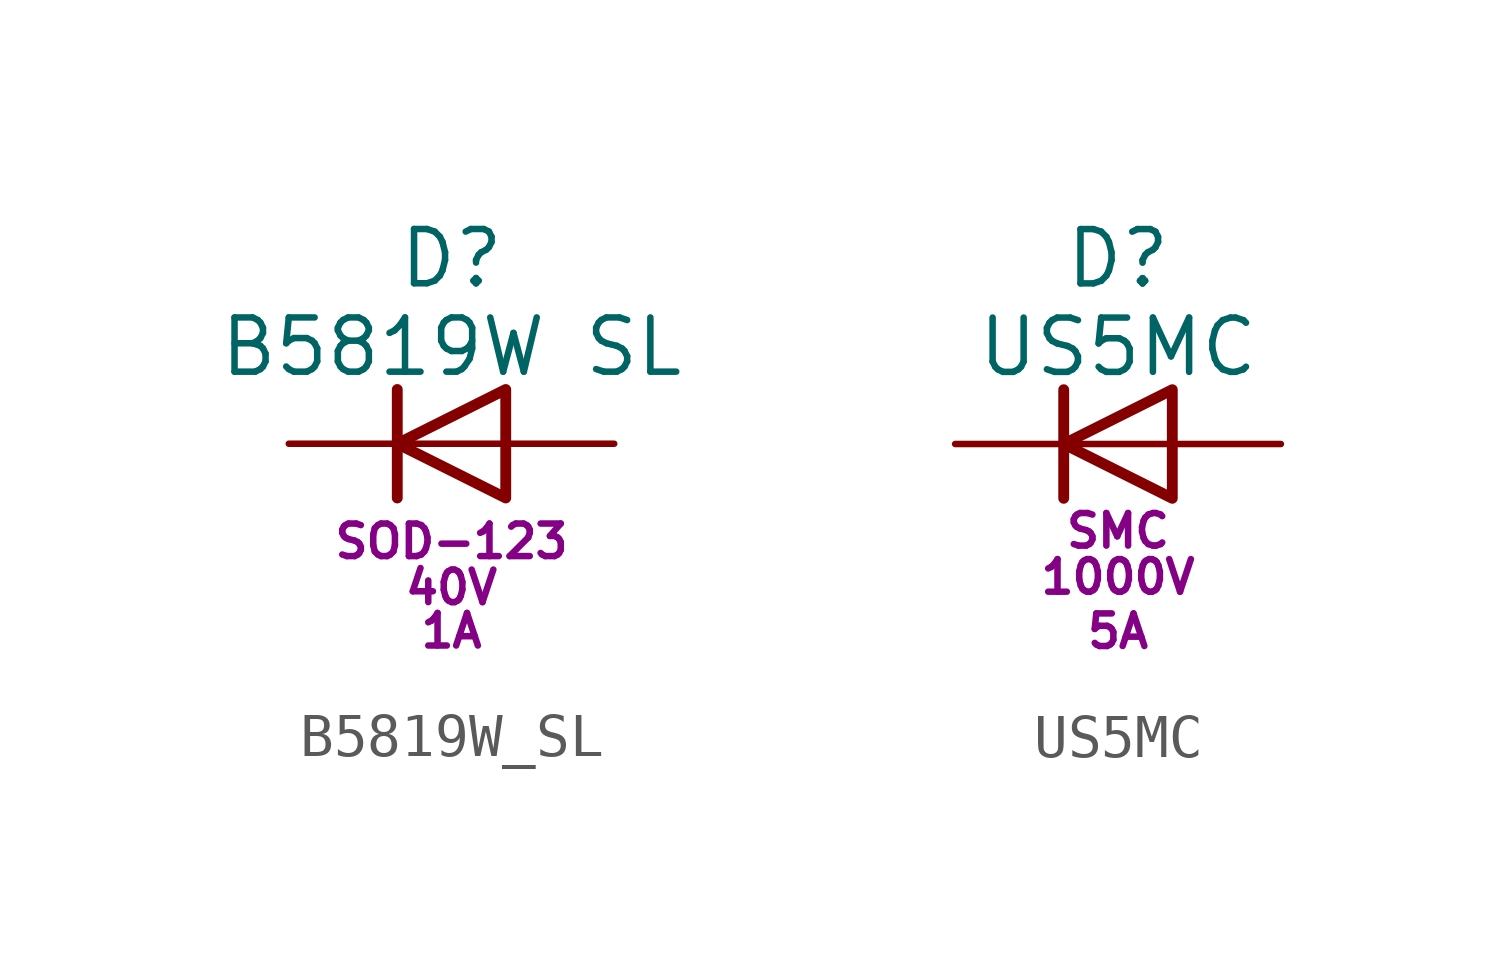
<source format=kicad_sym>
(kicad_symbol_lib
  (version 20220914)
  (generator kicad_symbol_editor)
  (symbol "B5819W_SL"
    (pin_numbers hide)
    (pin_names
      (offset 1.016) hide)
    (property "Reference" "D"
      (at 0 5.08 0)
      (effects (font (size 1.27 1.27)) (justify top)))
    (property "Value" "B5819W SL"
      (at 0 1.524 0)
      (effects (font (size 1.27 1.27)) (justify bottom)))
    (property "Vrev" "40V"
      (at 0 -3.81 0)
      (effects (font (size 0.762 0.762)) (justify bottom)))
    (property "Irms" "1A"
      (at 0 -4.826 0)
      (effects (font (size 0.762 0.762)) (justify bottom)))
    (property "Package" "SOD-123"
      (at 0 -2.286 0)
      (effects (font (size 0.762 0.762))))
    (symbol "B5819W_SL_0_1"
      (polyline (pts (xy -1.27 1.27) (xy -1.27 -1.27)) (stroke (width 0.254) (type default)) (fill (type none)))
      (polyline (pts (xy 1.27 0) (xy -1.27 0)) (stroke (width 0) (type default)) (fill (type none)))
      (polyline (pts (xy 1.27 1.27) (xy 1.27 -1.27) (xy -1.27 0) (xy 1.27 1.27)) (stroke (width 0.254) (type default)) (fill (type none))))
    (symbol "B5819W_SL_1_1"
      (pin passive line (at -3.81 0 0) (length 2.54) (name "K" (effects (font (size 1.27 1.27)))) (number "1" (effects (font (size 1.27 1.27)))))
      (pin passive line (at 3.81 0 180) (length 2.54) (name "A" (effects (font (size 1.27 1.27)))) (number "2" (effects (font (size 1.27 1.27)))))))
  (symbol "US5MC"
    (pin_numbers hide)
    (pin_names
      (offset 1.016) hide)
    (property "Reference" "D"
      (at 0 5.08 0)
      (effects (font (size 1.27 1.27)) (justify top)))
    (property "Value" "US5MC"
      (at 0 1.524 0)
      (effects (font (size 1.27 1.27)) (justify bottom)))
    (property "Vrev" "1000V"
      (at 0 -3.556 0)
      (effects (font (size 0.762 0.762)) (justify bottom)))
    (property "Irms" "5A"
      (at 0 -4.826 0)
      (effects (font (size 0.762 0.762)) (justify bottom)))
    (property "Package" "SMC"
      (at 0 -2.032 0)
      (effects (font (size 0.762 0.762))))
    (symbol "US5MC_0_1"
      (polyline (pts (xy -1.27 1.27) (xy -1.27 -1.27)) (stroke (width 0.254) (type default)) (fill (type none)))
      (polyline (pts (xy 1.27 0) (xy -1.27 0)) (stroke (width 0) (type default)) (fill (type none)))
      (polyline (pts (xy 1.27 1.27) (xy 1.27 -1.27) (xy -1.27 0) (xy 1.27 1.27)) (stroke (width 0.254) (type default)) (fill (type none))))
    (symbol "US5MC_1_1"
      (pin passive line (at -3.81 0 0) (length 2.54) (name "K" (effects (font (size 1.27 1.27)))) (number "1" (effects (font (size 1.27 1.27)))))
      (pin passive line (at 3.81 0 180) (length 2.54) (name "A" (effects (font (size 1.27 1.27)))) (number "2" (effects (font (size 1.27 1.27))))))))
</source>
